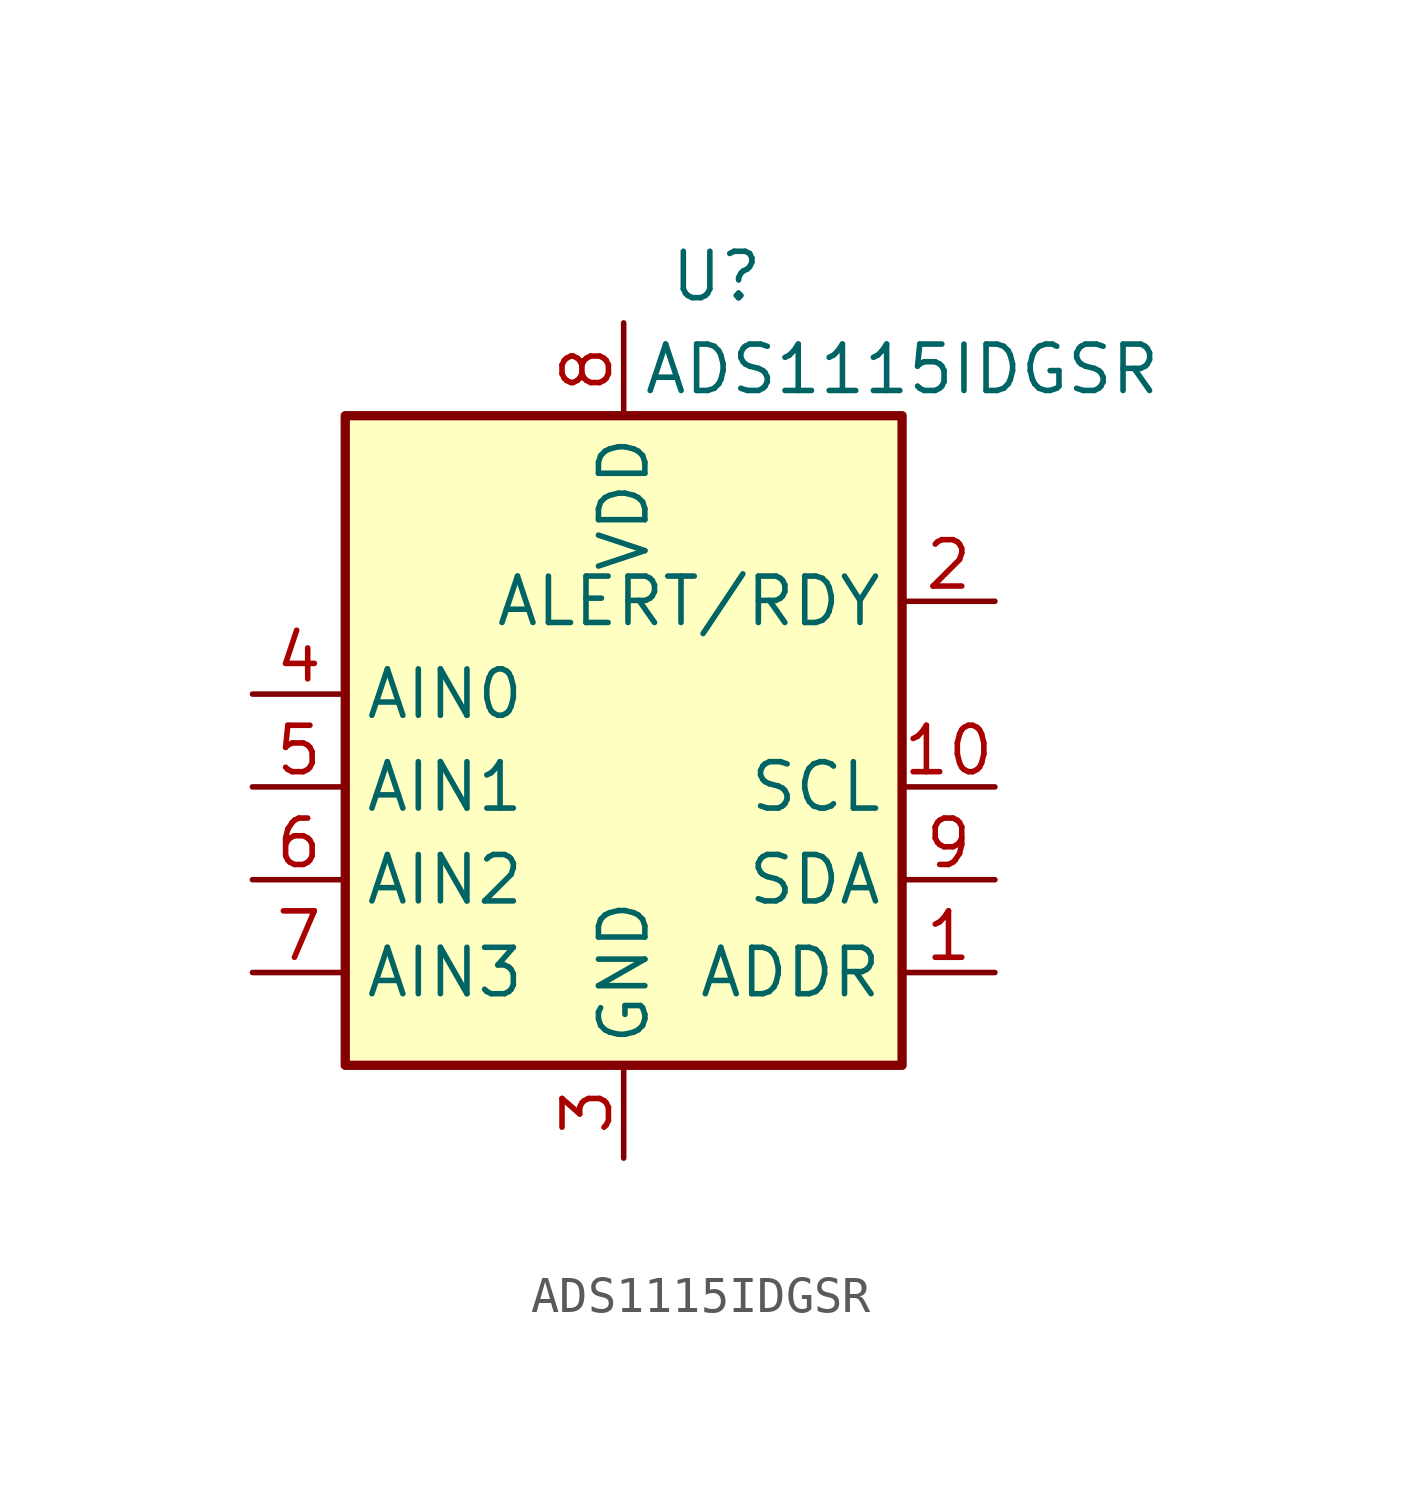
<source format=kicad_sym>
(kicad_symbol_lib
  (version 20211014)
  (generator kicad_symbol_editor)
  (symbol "ADS1115IDGSR"
    (property "Reference" "U"
      (at 2.54 13.97 0)
      (effects (font (size 1.27 1.27))))
    (property "Value" "ADS1115IDGSR"
      (at 7.62 11.43 0)
      (effects (font (size 1.27 1.27))))
    (symbol "ADS1115IDGSR_0_1"
      (rectangle (start -7.62 10.16) (end 7.62 -7.62) (stroke (width 0.254) (type default) (color 0 0 0 0)) (fill (type background))))
    (symbol "ADS1115IDGSR_1_1"
      (pin input line (at 10.16 -5.08 180) (length 2.54) (name "ADDR" (effects (font (size 1.27 1.27)))) (number "1" (effects (font (size 1.27 1.27)))))
      (pin input line (at 10.16 0 180) (length 2.54) (name "SCL" (effects (font (size 1.27 1.27)))) (number "10" (effects (font (size 1.27 1.27)))))
      (pin output line (at 10.16 5.08 180) (length 2.54) (name "ALERT/RDY" (effects (font (size 1.27 1.27)))) (number "2" (effects (font (size 1.27 1.27)))))
      (pin power_in line (at 0 -10.16 90) (length 2.54) (name "GND" (effects (font (size 1.27 1.27)))) (number "3" (effects (font (size 1.27 1.27)))))
      (pin input line (at -10.16 2.54 0) (length 2.54) (name "AIN0" (effects (font (size 1.27 1.27)))) (number "4" (effects (font (size 1.27 1.27)))))
      (pin input line (at -10.16 0 0) (length 2.54) (name "AIN1" (effects (font (size 1.27 1.27)))) (number "5" (effects (font (size 1.27 1.27)))))
      (pin input line (at -10.16 -2.54 0) (length 2.54) (name "AIN2" (effects (font (size 1.27 1.27)))) (number "6" (effects (font (size 1.27 1.27)))))
      (pin input line (at -10.16 -5.08 0) (length 2.54) (name "AIN3" (effects (font (size 1.27 1.27)))) (number "7" (effects (font (size 1.27 1.27)))))
      (pin power_in line (at 0 12.7 270) (length 2.54) (name "VDD" (effects (font (size 1.27 1.27)))) (number "8" (effects (font (size 1.27 1.27)))))
      (pin bidirectional line (at 10.16 -2.54 180) (length 2.54) (name "SDA" (effects (font (size 1.27 1.27)))) (number "9" (effects (font (size 1.27 1.27))))))))
</source>
